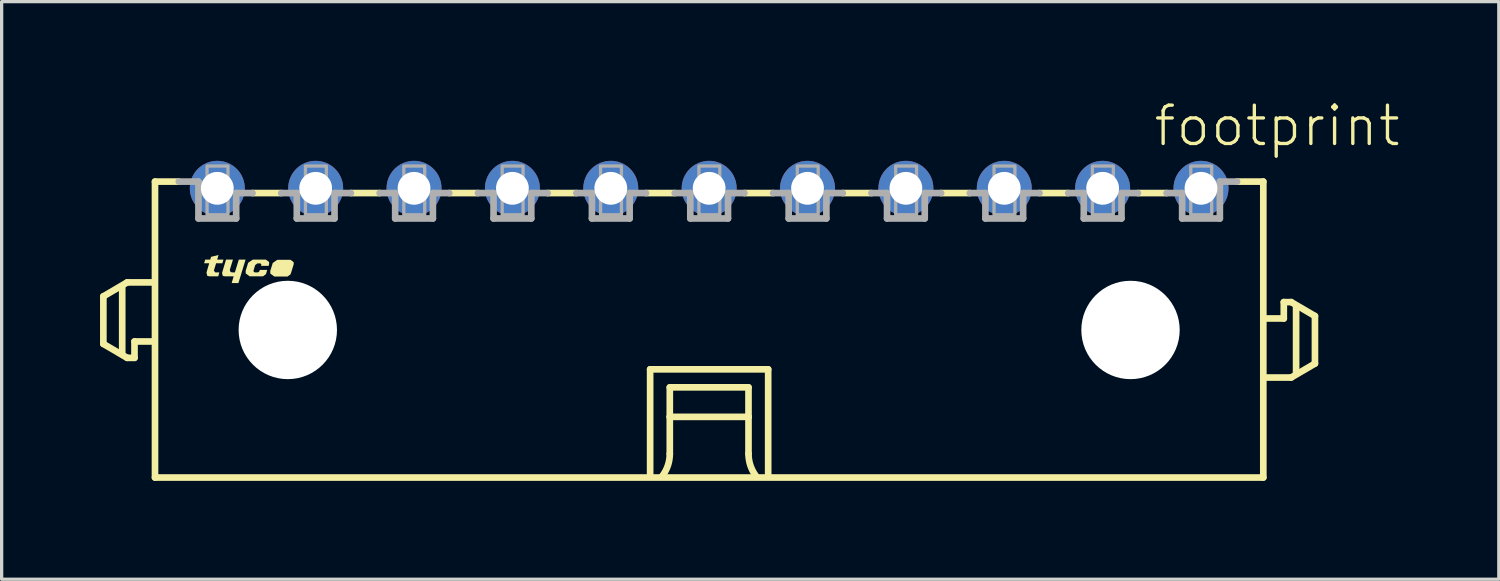
<source format=kicad_pcb>
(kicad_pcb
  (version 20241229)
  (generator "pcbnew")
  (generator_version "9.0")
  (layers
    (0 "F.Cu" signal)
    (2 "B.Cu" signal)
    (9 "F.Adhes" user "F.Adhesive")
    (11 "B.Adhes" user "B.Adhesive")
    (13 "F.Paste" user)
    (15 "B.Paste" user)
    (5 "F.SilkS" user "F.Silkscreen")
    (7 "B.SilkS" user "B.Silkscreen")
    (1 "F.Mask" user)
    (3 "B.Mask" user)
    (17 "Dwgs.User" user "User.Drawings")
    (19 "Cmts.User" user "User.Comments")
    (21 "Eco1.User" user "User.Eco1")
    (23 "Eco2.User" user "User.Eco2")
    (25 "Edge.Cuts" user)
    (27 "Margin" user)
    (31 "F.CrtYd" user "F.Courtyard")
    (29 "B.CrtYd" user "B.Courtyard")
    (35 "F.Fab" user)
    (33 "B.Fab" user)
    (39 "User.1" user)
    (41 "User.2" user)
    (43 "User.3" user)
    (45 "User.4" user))
  (footprint "footprint"
    (layer "F.Cu")
    (at 18.577 7.013)
    (property "Reference" "footprint" (at 13.5 -5.54 0) (layer "F.SilkS") (effects (font (size 1.168 1.168) (thickness 0.102)) (justify left bottom)))
    (fp_line (start -18.475 -1.025) (end -18.475 0.425) (stroke (width 0.203) (type solid)) (layer "F.SilkS"))
    (fp_line (start -18.475 0.425) (end -17.75 0.85) (stroke (width 0.203) (type solid)) (layer "F.SilkS"))
    (fp_line (start -17.9 0.7) (end -17.9 -1.3) (stroke (width 0.203) (type solid)) (layer "F.SilkS"))
    (fp_line (start -17.75 -1.45) (end -18.475 -1.025) (stroke (width 0.203) (type solid)) (layer "F.SilkS"))
    (fp_line (start -17.75 0.85) (end -17.525 0.85) (stroke (width 0.203) (type solid)) (layer "F.SilkS"))
    (fp_line (start -17.525 0.35) (end -17 0.35) (stroke (width 0.203) (type solid)) (layer "F.SilkS"))
    (fp_line (start -17.525 0.85) (end -17.525 0.35) (stroke (width 0.203) (type solid)) (layer "F.SilkS"))
    (fp_line (start -17 -1.45) (end -17.75 -1.45) (stroke (width 0.203) (type solid)) (layer "F.SilkS"))
    (fp_line (start -16.9 -4.525) (end -16.9 4.5) (stroke (width 0.203) (type solid)) (layer "F.SilkS"))
    (fp_line (start -16.9 -4.525) (end -16.175 -4.525) (stroke (width 0.203) (type solid)) (layer "F.SilkS"))
    (fp_line (start -16.9 4.5) (end 16.9 4.5) (stroke (width 0.203) (type solid)) (layer "F.SilkS"))
    (fp_line (start -13.05 -4.175) (end -13.925 -4.175) (stroke (width 0.203) (type solid)) (layer "F.SilkS"))
    (fp_line (start -10.05 -4.175) (end -10.925 -4.175) (stroke (width 0.203) (type solid)) (layer "F.SilkS"))
    (fp_line (start -7.05 -4.175) (end -7.925 -4.175) (stroke (width 0.203) (type solid)) (layer "F.SilkS"))
    (fp_line (start -4.05 -4.175) (end -4.925 -4.175) (stroke (width 0.203) (type solid)) (layer "F.SilkS"))
    (fp_line (start -1.8 1.2) (end 1.8 1.2) (stroke (width 0.203) (type solid)) (layer "F.SilkS"))
    (fp_line (start -1.8 4.4) (end -1.8 1.2) (stroke (width 0.203) (type solid)) (layer "F.SilkS"))
    (fp_line (start -1.2 1.75) (end -1.2 2.65) (stroke (width 0.203) (type solid)) (layer "F.SilkS"))
    (fp_line (start -1.2 2.65) (end -1.2 3.775) (stroke (width 0.203) (type solid)) (layer "F.SilkS"))
    (fp_line (start -1.2 2.65) (end 1.2 2.65) (stroke (width 0.203) (type solid)) (layer "F.SilkS"))
    (fp_line (start -1.05 -4.175) (end -1.925 -4.175) (stroke (width 0.203) (type solid)) (layer "F.SilkS"))
    (fp_line (start 1.2 1.75) (end -1.2 1.75) (stroke (width 0.203) (type solid)) (layer "F.SilkS"))
    (fp_line (start 1.2 2.65) (end 1.2 1.75) (stroke (width 0.203) (type solid)) (layer "F.SilkS"))
    (fp_line (start 1.2 2.65) (end 1.2 3.775) (stroke (width 0.203) (type solid)) (layer "F.SilkS"))
    (fp_line (start 1.8 1.2) (end 1.8 4.4) (stroke (width 0.203) (type solid)) (layer "F.SilkS"))
    (fp_line (start 1.95 -4.175) (end 1.075 -4.175) (stroke (width 0.203) (type solid)) (layer "F.SilkS"))
    (fp_line (start 4.95 -4.175) (end 4.075 -4.175) (stroke (width 0.203) (type solid)) (layer "F.SilkS"))
    (fp_line (start 7.95 -4.175) (end 7.075 -4.175) (stroke (width 0.203) (type solid)) (layer "F.SilkS"))
    (fp_line (start 10.95 -4.175) (end 10.075 -4.175) (stroke (width 0.203) (type solid)) (layer "F.SilkS"))
    (fp_line (start 13.95 -4.175) (end 13.075 -4.175) (stroke (width 0.203) (type solid)) (layer "F.SilkS"))
    (fp_line (start 16.9 -4.525) (end 16.1 -4.525) (stroke (width 0.203) (type solid)) (layer "F.SilkS"))
    (fp_line (start 16.9 4.5) (end 16.9 -4.525) (stroke (width 0.203) (type solid)) (layer "F.SilkS"))
    (fp_line (start 17 1.45) (end 17.75 1.45) (stroke (width 0.203) (type solid)) (layer "F.SilkS"))
    (fp_line (start 17.525 -0.85) (end 17.525 -0.35) (stroke (width 0.203) (type solid)) (layer "F.SilkS"))
    (fp_line (start 17.525 -0.35) (end 17 -0.35) (stroke (width 0.203) (type solid)) (layer "F.SilkS"))
    (fp_line (start 17.75 -0.85) (end 17.525 -0.85) (stroke (width 0.203) (type solid)) (layer "F.SilkS"))
    (fp_line (start 17.75 1.45) (end 18.475 1.025) (stroke (width 0.203) (type solid)) (layer "F.SilkS"))
    (fp_line (start 17.9 1.3) (end 17.9 -0.7) (stroke (width 0.203) (type solid)) (layer "F.SilkS"))
    (fp_line (start 18.475 -0.425) (end 17.75 -0.85) (stroke (width 0.203) (type solid)) (layer "F.SilkS"))
    (fp_line (start 18.475 1.025) (end 18.475 -0.425) (stroke (width 0.203) (type solid)) (layer "F.SilkS"))
    (fp_arc (start -1.2 3.775) (mid -1.257731 4.130756) (end -1.425 4.449999) (stroke (width 0.2032) (type solid)) (layer "F.SilkS"))
    (fp_arc (start 1.425 4.449999) (mid 1.257732 4.130756) (end 1.2 3.775) (stroke (width 0.2032) (type solid)) (layer "F.SilkS"))
    (fp_poly (pts (xy -14.615 -1.844) (xy -14.613 -1.799) (xy -14.585 -1.764) (xy -14.539 -1.755) (xy -14.464 -1.755) (xy -14.344 -2.145) (xy -14.138 -2.145) (xy -14.356 -1.43) (xy -14.562 -1.43) (xy -14.502 -1.635) (xy -14.78 -1.635) (xy -14.78 -1.645) (xy -14.785 -1.645) (xy -14.785 -1.64) (xy -14.787 -1.635) (xy -14.833 -1.651) (xy -14.855 -1.74) (xy -14.734 -2.145) (xy -14.523 -2.145)) (stroke (width 0) (type solid)) (fill yes) (layer "F.SilkS"))
    (fp_poly (pts (xy -15.003 -2.145) (xy -14.813 -2.145) (xy -14.846 -2.035) (xy -15.036 -2.035) (xy -15.104 -1.811) (xy -15.062 -1.755) (xy -14.938 -1.755) (xy -14.971 -1.635) (xy -15.25 -1.635) (xy -15.25 -1.645) (xy -15.255 -1.645) (xy -15.255 -1.64) (xy -15.257 -1.635) (xy -15.307 -1.653) (xy -15.33 -1.75) (xy -15.247 -2.035) (xy -15.402 -2.035) (xy -15.369 -2.145) (xy -15.214 -2.145) (xy -15.192 -2.229) (xy -14.963 -2.287)) (stroke (width 0) (type solid)) (fill yes) (layer "F.SilkS"))
    (fp_poly (pts (xy -12.671 -2.069) (xy -12.67 -2.005) (xy -12.67 -2.004) (xy -12.723 -1.83) (xy -12.723 -1.83) (xy -12.725 -1.823) (xy -12.726 -1.82) (xy -12.726 -1.82) (xy -12.766 -1.697) (xy -12.858 -1.63) (xy -13.262 -1.63) (xy -13.384 -1.72) (xy -13.385 -1.8) (xy -13.385 -1.801) (xy -13.309 -2.043) (xy -13.173 -2.139) (xy -13.17 -2.135) (xy -13.17 -2.13) (xy -13.165 -2.13) (xy -13.165 -2.14) (xy -12.768 -2.14)) (stroke (width 0) (type solid)) (fill yes) (layer "F.SilkS"))
    (fp_poly (pts (xy -13.421 -2.074) (xy -13.42 -2.01) (xy -13.42 -2.009) (xy -13.436 -1.955) (xy -13.667 -1.955) (xy -13.66 -1.976) (xy -13.658 -2.001) (xy -13.672 -2.022) (xy -13.696 -2.03) (xy -13.778 -2.03) (xy -13.846 -1.977) (xy -13.895 -1.81) (xy -13.888 -1.772) (xy -13.854 -1.755) (xy -13.762 -1.755) (xy -13.719 -1.783) (xy -13.704 -1.83) (xy -13.478 -1.83) (xy -13.516 -1.702) (xy -13.608 -1.635) (xy -14.012 -1.635) (xy -14.134 -1.725) (xy -14.135 -1.805) (xy -14.135 -1.806) (xy -14.059 -2.048) (xy -13.923 -2.144) (xy -13.92 -2.14) (xy -13.92 -2.135) (xy -13.915 -2.135) (xy -13.915 -2.145) (xy -13.518 -2.145)) (stroke (width 0) (type solid)) (fill yes) (layer "F.SilkS"))
    (fp_line (start -15.575 -4.525) (end -16.175 -4.525) (stroke (width 0.203) (type solid)) (layer "F.Fab"))
    (fp_line (start -15.575 -3.4) (end -15.575 -4.525) (stroke (width 0.203) (type solid)) (layer "F.Fab"))
    (fp_line (start -14.425 -4.175) (end -14.425 -3.4) (stroke (width 0.203) (type solid)) (layer "F.Fab"))
    (fp_line (start -14.425 -3.4) (end -15.575 -3.4) (stroke (width 0.203) (type solid)) (layer "F.Fab"))
    (fp_line (start -13.925 -4.175) (end -14.425 -4.175) (stroke (width 0.203) (type solid)) (layer "F.Fab"))
    (fp_line (start -12.575 -4.175) (end -13.05 -4.175) (stroke (width 0.203) (type solid)) (layer "F.Fab"))
    (fp_line (start -12.575 -3.4) (end -12.575 -4.175) (stroke (width 0.203) (type solid)) (layer "F.Fab"))
    (fp_line (start -11.425 -4.175) (end -11.425 -3.4) (stroke (width 0.203) (type solid)) (layer "F.Fab"))
    (fp_line (start -11.425 -3.4) (end -12.575 -3.4) (stroke (width 0.203) (type solid)) (layer "F.Fab"))
    (fp_line (start -10.925 -4.175) (end -11.425 -4.175) (stroke (width 0.203) (type solid)) (layer "F.Fab"))
    (fp_line (start -9.575 -4.175) (end -10.05 -4.175) (stroke (width 0.203) (type solid)) (layer "F.Fab"))
    (fp_line (start -9.575 -3.4) (end -9.575 -4.175) (stroke (width 0.203) (type solid)) (layer "F.Fab"))
    (fp_line (start -8.425 -4.175) (end -8.425 -3.4) (stroke (width 0.203) (type solid)) (layer "F.Fab"))
    (fp_line (start -8.425 -3.4) (end -9.575 -3.4) (stroke (width 0.203) (type solid)) (layer "F.Fab"))
    (fp_line (start -7.925 -4.175) (end -8.425 -4.175) (stroke (width 0.203) (type solid)) (layer "F.Fab"))
    (fp_line (start -6.575 -4.175) (end -7.05 -4.175) (stroke (width 0.203) (type solid)) (layer "F.Fab"))
    (fp_line (start -6.575 -3.4) (end -6.575 -4.175) (stroke (width 0.203) (type solid)) (layer "F.Fab"))
    (fp_line (start -5.425 -4.175) (end -5.425 -3.4) (stroke (width 0.203) (type solid)) (layer "F.Fab"))
    (fp_line (start -5.425 -3.4) (end -6.575 -3.4) (stroke (width 0.203) (type solid)) (layer "F.Fab"))
    (fp_line (start -4.925 -4.175) (end -5.425 -4.175) (stroke (width 0.203) (type solid)) (layer "F.Fab"))
    (fp_line (start -3.575 -4.175) (end -4.05 -4.175) (stroke (width 0.203) (type solid)) (layer "F.Fab"))
    (fp_line (start -3.575 -3.4) (end -3.575 -4.175) (stroke (width 0.203) (type solid)) (layer "F.Fab"))
    (fp_line (start -2.425 -4.175) (end -2.425 -3.4) (stroke (width 0.203) (type solid)) (layer "F.Fab"))
    (fp_line (start -2.425 -3.4) (end -3.575 -3.4) (stroke (width 0.203) (type solid)) (layer "F.Fab"))
    (fp_line (start -1.925 -4.175) (end -2.425 -4.175) (stroke (width 0.203) (type solid)) (layer "F.Fab"))
    (fp_line (start -0.575 -4.175) (end -1.05 -4.175) (stroke (width 0.203) (type solid)) (layer "F.Fab"))
    (fp_line (start -0.575 -3.4) (end -0.575 -4.175) (stroke (width 0.203) (type solid)) (layer "F.Fab"))
    (fp_line (start 0.575 -4.175) (end 0.575 -3.4) (stroke (width 0.203) (type solid)) (layer "F.Fab"))
    (fp_line (start 0.575 -3.4) (end -0.575 -3.4) (stroke (width 0.203) (type solid)) (layer "F.Fab"))
    (fp_line (start 1.075 -4.175) (end 0.575 -4.175) (stroke (width 0.203) (type solid)) (layer "F.Fab"))
    (fp_line (start 2.425 -4.175) (end 1.95 -4.175) (stroke (width 0.203) (type solid)) (layer "F.Fab"))
    (fp_line (start 2.425 -3.4) (end 2.425 -4.175) (stroke (width 0.203) (type solid)) (layer "F.Fab"))
    (fp_line (start 3.575 -4.175) (end 3.575 -3.4) (stroke (width 0.203) (type solid)) (layer "F.Fab"))
    (fp_line (start 3.575 -3.4) (end 2.425 -3.4) (stroke (width 0.203) (type solid)) (layer "F.Fab"))
    (fp_line (start 4.075 -4.175) (end 3.575 -4.175) (stroke (width 0.203) (type solid)) (layer "F.Fab"))
    (fp_line (start 5.425 -4.175) (end 4.95 -4.175) (stroke (width 0.203) (type solid)) (layer "F.Fab"))
    (fp_line (start 5.425 -3.4) (end 5.425 -4.175) (stroke (width 0.203) (type solid)) (layer "F.Fab"))
    (fp_line (start 6.575 -4.175) (end 6.575 -3.4) (stroke (width 0.203) (type solid)) (layer "F.Fab"))
    (fp_line (start 6.575 -3.4) (end 5.425 -3.4) (stroke (width 0.203) (type solid)) (layer "F.Fab"))
    (fp_line (start 7.075 -4.175) (end 6.575 -4.175) (stroke (width 0.203) (type solid)) (layer "F.Fab"))
    (fp_line (start 8.425 -4.175) (end 7.95 -4.175) (stroke (width 0.203) (type solid)) (layer "F.Fab"))
    (fp_line (start 8.425 -3.4) (end 8.425 -4.175) (stroke (width 0.203) (type solid)) (layer "F.Fab"))
    (fp_line (start 9.575 -4.175) (end 9.575 -3.4) (stroke (width 0.203) (type solid)) (layer "F.Fab"))
    (fp_line (start 9.575 -3.4) (end 8.425 -3.4) (stroke (width 0.203) (type solid)) (layer "F.Fab"))
    (fp_line (start 10.075 -4.175) (end 9.575 -4.175) (stroke (width 0.203) (type solid)) (layer "F.Fab"))
    (fp_line (start 11.425 -4.175) (end 10.95 -4.175) (stroke (width 0.203) (type solid)) (layer "F.Fab"))
    (fp_line (start 11.425 -3.4) (end 11.425 -4.175) (stroke (width 0.203) (type solid)) (layer "F.Fab"))
    (fp_line (start 12.575 -4.175) (end 12.575 -3.4) (stroke (width 0.203) (type solid)) (layer "F.Fab"))
    (fp_line (start 12.575 -3.4) (end 11.425 -3.4) (stroke (width 0.203) (type solid)) (layer "F.Fab"))
    (fp_line (start 13.075 -4.175) (end 12.575 -4.175) (stroke (width 0.203) (type solid)) (layer "F.Fab"))
    (fp_line (start 14.425 -4.175) (end 13.95 -4.175) (stroke (width 0.203) (type solid)) (layer "F.Fab"))
    (fp_line (start 14.425 -3.4) (end 14.425 -4.175) (stroke (width 0.203) (type solid)) (layer "F.Fab"))
    (fp_line (start 15.575 -4.525) (end 15.575 -3.4) (stroke (width 0.203) (type solid)) (layer "F.Fab"))
    (fp_line (start 15.575 -3.4) (end 14.425 -3.4) (stroke (width 0.203) (type solid)) (layer "F.Fab"))
    (fp_line (start 16.1 -4.525) (end 15.575 -4.525) (stroke (width 0.203) (type solid)) (layer "F.Fab"))
    (fp_poly (pts (xy -15.312 -3.513) (xy -14.675 -3.513) (xy -14.675 -5) (xy -15.312 -5)) (stroke (width 0.1) (type solid)) (fill no) (layer "F.Fab"))
    (fp_poly (pts (xy -12.312 -3.513) (xy -11.675 -3.513) (xy -11.675 -5) (xy -12.312 -5)) (stroke (width 0.1) (type solid)) (fill no) (layer "F.Fab"))
    (fp_poly (pts (xy -9.312 -3.513) (xy -8.675 -3.513) (xy -8.675 -5) (xy -9.312 -5)) (stroke (width 0.1) (type solid)) (fill no) (layer "F.Fab"))
    (fp_poly (pts (xy -6.312 -3.513) (xy -5.675 -3.513) (xy -5.675 -5) (xy -6.312 -5)) (stroke (width 0.1) (type solid)) (fill no) (layer "F.Fab"))
    (fp_poly (pts (xy -3.312 -3.513) (xy -2.675 -3.513) (xy -2.675 -5) (xy -3.312 -5)) (stroke (width 0.1) (type solid)) (fill no) (layer "F.Fab"))
    (fp_poly (pts (xy -0.312 -3.513) (xy 0.325 -3.513) (xy 0.325 -5) (xy -0.312 -5)) (stroke (width 0.1) (type solid)) (fill no) (layer "F.Fab"))
    (fp_poly (pts (xy 2.688 -3.513) (xy 3.325 -3.513) (xy 3.325 -5) (xy 2.688 -5)) (stroke (width 0.1) (type solid)) (fill no) (layer "F.Fab"))
    (fp_poly (pts (xy 5.688 -3.513) (xy 6.325 -3.513) (xy 6.325 -5) (xy 5.688 -5)) (stroke (width 0.1) (type solid)) (fill no) (layer "F.Fab"))
    (fp_poly (pts (xy 8.688 -3.513) (xy 9.325 -3.513) (xy 9.325 -5) (xy 8.688 -5)) (stroke (width 0.1) (type solid)) (fill no) (layer "F.Fab"))
    (fp_poly (pts (xy 11.688 -3.513) (xy 12.325 -3.513) (xy 12.325 -5) (xy 11.688 -5)) (stroke (width 0.1) (type solid)) (fill no) (layer "F.Fab"))
    (fp_poly (pts (xy 14.688 -3.513) (xy 15.325 -3.513) (xy 15.325 -5) (xy 14.688 -5)) (stroke (width 0.1) (type solid)) (fill no) (layer "F.Fab"))
    (pad "" np_thru_hole circle (at -12.85 0) (size 3 3) (drill 3) (layers "*.Cu" "*.Mask"))
    (pad "" np_thru_hole circle (at 12.85 0) (size 3 3) (drill 3) (layers "*.Cu" "*.Mask"))
    (pad "1" thru_hole circle (at 15 -4.32) (size 1.676 1.676) (drill 1) (layers "*.Cu" "*.Mask"))
    (pad "2" thru_hole circle (at 12 -4.32) (size 1.676 1.676) (drill 1) (layers "*.Cu" "*.Mask"))
    (pad "3" thru_hole circle (at 9 -4.32) (size 1.676 1.676) (drill 1) (layers "*.Cu" "*.Mask"))
    (pad "4" thru_hole circle (at 6 -4.32) (size 1.676 1.676) (drill 1) (layers "*.Cu" "*.Mask"))
    (pad "5" thru_hole circle (at 3 -4.32) (size 1.676 1.676) (drill 1) (layers "*.Cu" "*.Mask"))
    (pad "6" thru_hole circle (at 0 -4.32) (size 1.676 1.676) (drill 1) (layers "*.Cu" "*.Mask"))
    (pad "7" thru_hole circle (at -3 -4.32) (size 1.676 1.676) (drill 1) (layers "*.Cu" "*.Mask"))
    (pad "8" thru_hole circle (at -6 -4.32) (size 1.676 1.676) (drill 1) (layers "*.Cu" "*.Mask"))
    (pad "9" thru_hole circle (at -9 -4.32) (size 1.676 1.676) (drill 1) (layers "*.Cu" "*.Mask"))
    (pad "10" thru_hole circle (at -12 -4.32) (size 1.676 1.676) (drill 1) (layers "*.Cu" "*.Mask"))
    (pad "11" thru_hole circle (at -15 -4.32) (size 1.676 1.676) (drill 1) (layers "*.Cu" "*.Mask")))
  (gr_rect
    (start -3 -3)
    (end 42.659 14.615)
    (stroke (width 0.1) (type default))
    (fill no)
    (layer "Edge.Cuts")))
</source>
